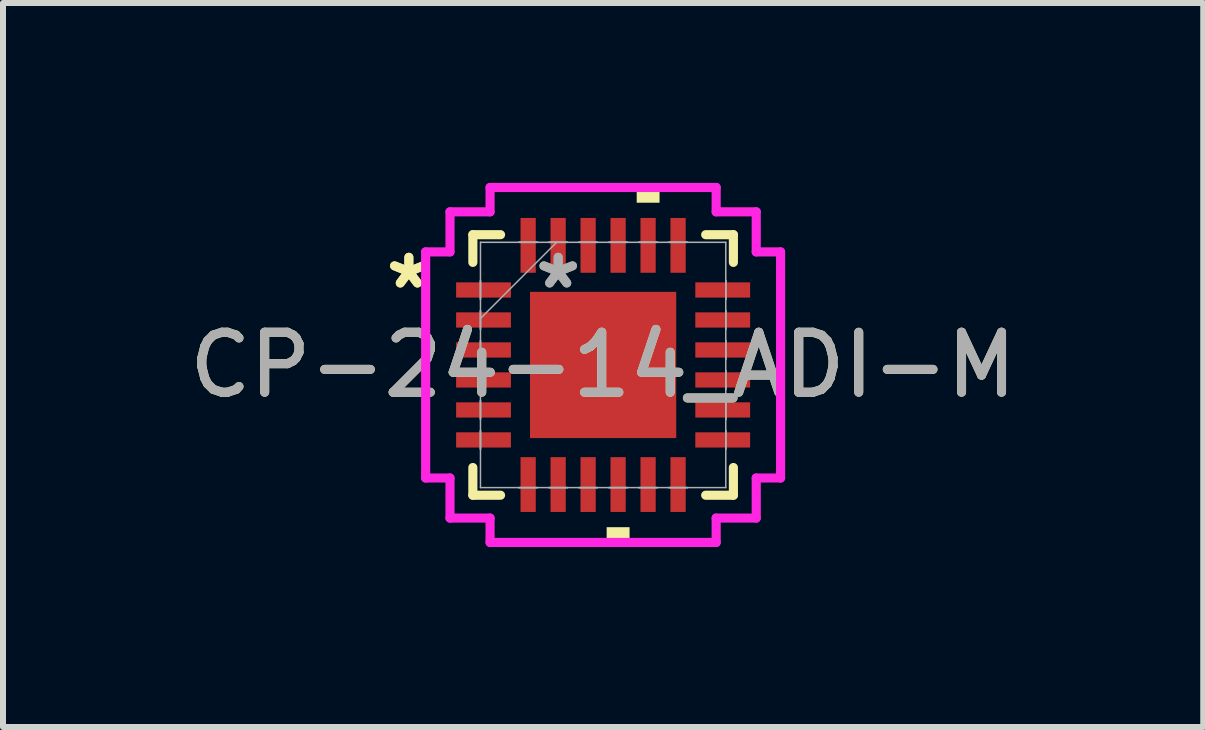
<source format=kicad_pcb>
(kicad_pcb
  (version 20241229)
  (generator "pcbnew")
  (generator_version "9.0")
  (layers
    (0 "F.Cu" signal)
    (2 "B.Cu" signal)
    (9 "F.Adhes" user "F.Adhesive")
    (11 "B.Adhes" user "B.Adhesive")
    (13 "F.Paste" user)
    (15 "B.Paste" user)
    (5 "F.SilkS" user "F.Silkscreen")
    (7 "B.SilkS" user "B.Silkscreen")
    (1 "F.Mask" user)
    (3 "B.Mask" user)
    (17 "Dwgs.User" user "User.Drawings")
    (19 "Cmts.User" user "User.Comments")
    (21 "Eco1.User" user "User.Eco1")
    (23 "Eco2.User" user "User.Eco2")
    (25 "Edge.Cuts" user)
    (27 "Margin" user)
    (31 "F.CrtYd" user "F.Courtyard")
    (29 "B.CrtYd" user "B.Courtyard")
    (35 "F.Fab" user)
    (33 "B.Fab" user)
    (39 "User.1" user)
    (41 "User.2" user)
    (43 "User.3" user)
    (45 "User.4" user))
  (footprint "CP-24-14_ADI-M"
    (layer "F.Cu")
    (at 7.006 3.035)
    (property "Reference" "CP-24-14_ADI-M" (at 0 0 0) (unlocked yes) (layer "F.SilkS") (effects (font (size 1 1) (thickness 0.15))))
    (attr smd)
    (fp_line (start -2.172 -2.172) (end -2.172 -1.71) (stroke (width 0.152) (type solid)) (layer "F.SilkS"))
    (fp_line (start -2.172 1.71) (end -2.172 2.172) (stroke (width 0.152) (type solid)) (layer "F.SilkS"))
    (fp_line (start -2.172 2.172) (end -1.71 2.172) (stroke (width 0.152) (type solid)) (layer "F.SilkS"))
    (fp_line (start -1.71 -2.172) (end -2.172 -2.172) (stroke (width 0.152) (type solid)) (layer "F.SilkS"))
    (fp_line (start 1.71 2.172) (end 2.172 2.172) (stroke (width 0.152) (type solid)) (layer "F.SilkS"))
    (fp_line (start 2.172 -2.172) (end 1.71 -2.172) (stroke (width 0.152) (type solid)) (layer "F.SilkS"))
    (fp_line (start 2.172 -1.71) (end 2.172 -2.172) (stroke (width 0.152) (type solid)) (layer "F.SilkS"))
    (fp_line (start 2.172 2.172) (end 2.172 1.71) (stroke (width 0.152) (type solid)) (layer "F.SilkS"))
    (fp_poly (pts (xy 0.059 2.705) (xy 0.059 2.959) (xy 0.441 2.959) (xy 0.441 2.705)) (stroke (width 0) (type solid)) (fill yes) (layer "F.SilkS"))
    (fp_poly (pts (xy 0.56 -2.705) (xy 0.56 -2.959) (xy 0.941 -2.959) (xy 0.941 -2.705)) (stroke (width 0) (type solid)) (fill yes) (layer "F.SilkS"))
    (fp_line (start -2.959 -1.885) (end -2.553 -1.885) (stroke (width 0.152) (type solid)) (layer "F.CrtYd"))
    (fp_line (start -2.959 1.885) (end -2.959 -1.885) (stroke (width 0.152) (type solid)) (layer "F.CrtYd"))
    (fp_line (start -2.553 -2.553) (end -1.885 -2.553) (stroke (width 0.152) (type solid)) (layer "F.CrtYd"))
    (fp_line (start -2.553 -1.885) (end -2.553 -2.553) (stroke (width 0.152) (type solid)) (layer "F.CrtYd"))
    (fp_line (start -2.553 1.885) (end -2.959 1.885) (stroke (width 0.152) (type solid)) (layer "F.CrtYd"))
    (fp_line (start -2.553 2.553) (end -2.553 1.885) (stroke (width 0.152) (type solid)) (layer "F.CrtYd"))
    (fp_line (start -1.885 -2.959) (end 1.885 -2.959) (stroke (width 0.152) (type solid)) (layer "F.CrtYd"))
    (fp_line (start -1.885 -2.553) (end -1.885 -2.959) (stroke (width 0.152) (type solid)) (layer "F.CrtYd"))
    (fp_line (start -1.885 2.553) (end -2.553 2.553) (stroke (width 0.152) (type solid)) (layer "F.CrtYd"))
    (fp_line (start -1.885 2.959) (end -1.885 2.553) (stroke (width 0.152) (type solid)) (layer "F.CrtYd"))
    (fp_line (start 1.885 -2.959) (end 1.885 -2.553) (stroke (width 0.152) (type solid)) (layer "F.CrtYd"))
    (fp_line (start 1.885 -2.553) (end 2.553 -2.553) (stroke (width 0.152) (type solid)) (layer "F.CrtYd"))
    (fp_line (start 1.885 2.553) (end 1.885 2.959) (stroke (width 0.152) (type solid)) (layer "F.CrtYd"))
    (fp_line (start 1.885 2.959) (end -1.885 2.959) (stroke (width 0.152) (type solid)) (layer "F.CrtYd"))
    (fp_line (start 2.553 -2.553) (end 2.553 -1.885) (stroke (width 0.152) (type solid)) (layer "F.CrtYd"))
    (fp_line (start 2.553 -1.885) (end 2.959 -1.885) (stroke (width 0.152) (type solid)) (layer "F.CrtYd"))
    (fp_line (start 2.553 1.885) (end 2.553 2.553) (stroke (width 0.152) (type solid)) (layer "F.CrtYd"))
    (fp_line (start 2.553 2.553) (end 1.885 2.553) (stroke (width 0.152) (type solid)) (layer "F.CrtYd"))
    (fp_line (start 2.959 -1.885) (end 2.959 1.885) (stroke (width 0.152) (type solid)) (layer "F.CrtYd"))
    (fp_line (start 2.959 1.885) (end 2.553 1.885) (stroke (width 0.152) (type solid)) (layer "F.CrtYd"))
    (fp_line (start -2.045 -2.045) (end -2.045 2.045) (stroke (width 0.025) (type solid)) (layer "F.Fab"))
    (fp_line (start -2.045 -1.402) (end -2.045 -1.402) (stroke (width 0.025) (type solid)) (layer "F.Fab"))
    (fp_line (start -2.045 -1.402) (end -2.045 -1.098) (stroke (width 0.025) (type solid)) (layer "F.Fab"))
    (fp_line (start -2.045 -1.098) (end -2.045 -1.402) (stroke (width 0.025) (type solid)) (layer "F.Fab"))
    (fp_line (start -2.045 -1.098) (end -2.045 -1.098) (stroke (width 0.025) (type solid)) (layer "F.Fab"))
    (fp_line (start -2.045 -0.902) (end -2.045 -0.902) (stroke (width 0.025) (type solid)) (layer "F.Fab"))
    (fp_line (start -2.045 -0.902) (end -2.045 -0.598) (stroke (width 0.025) (type solid)) (layer "F.Fab"))
    (fp_line (start -2.045 -0.775) (end -0.775 -2.045) (stroke (width 0.025) (type solid)) (layer "F.Fab"))
    (fp_line (start -2.045 -0.598) (end -2.045 -0.902) (stroke (width 0.025) (type solid)) (layer "F.Fab"))
    (fp_line (start -2.045 -0.598) (end -2.045 -0.598) (stroke (width 0.025) (type solid)) (layer "F.Fab"))
    (fp_line (start -2.045 -0.402) (end -2.045 -0.402) (stroke (width 0.025) (type solid)) (layer "F.Fab"))
    (fp_line (start -2.045 -0.402) (end -2.045 -0.098) (stroke (width 0.025) (type solid)) (layer "F.Fab"))
    (fp_line (start -2.045 -0.098) (end -2.045 -0.402) (stroke (width 0.025) (type solid)) (layer "F.Fab"))
    (fp_line (start -2.045 -0.098) (end -2.045 -0.098) (stroke (width 0.025) (type solid)) (layer "F.Fab"))
    (fp_line (start -2.045 0.098) (end -2.045 0.098) (stroke (width 0.025) (type solid)) (layer "F.Fab"))
    (fp_line (start -2.045 0.098) (end -2.045 0.402) (stroke (width 0.025) (type solid)) (layer "F.Fab"))
    (fp_line (start -2.045 0.402) (end -2.045 0.098) (stroke (width 0.025) (type solid)) (layer "F.Fab"))
    (fp_line (start -2.045 0.402) (end -2.045 0.402) (stroke (width 0.025) (type solid)) (layer "F.Fab"))
    (fp_line (start -2.045 0.598) (end -2.045 0.598) (stroke (width 0.025) (type solid)) (layer "F.Fab"))
    (fp_line (start -2.045 0.598) (end -2.045 0.902) (stroke (width 0.025) (type solid)) (layer "F.Fab"))
    (fp_line (start -2.045 0.902) (end -2.045 0.598) (stroke (width 0.025) (type solid)) (layer "F.Fab"))
    (fp_line (start -2.045 0.902) (end -2.045 0.902) (stroke (width 0.025) (type solid)) (layer "F.Fab"))
    (fp_line (start -2.045 1.098) (end -2.045 1.098) (stroke (width 0.025) (type solid)) (layer "F.Fab"))
    (fp_line (start -2.045 1.098) (end -2.045 1.402) (stroke (width 0.025) (type solid)) (layer "F.Fab"))
    (fp_line (start -2.045 1.402) (end -2.045 1.098) (stroke (width 0.025) (type solid)) (layer "F.Fab"))
    (fp_line (start -2.045 1.402) (end -2.045 1.402) (stroke (width 0.025) (type solid)) (layer "F.Fab"))
    (fp_line (start -2.045 2.045) (end 2.045 2.045) (stroke (width 0.025) (type solid)) (layer "F.Fab"))
    (fp_line (start -1.402 -2.045) (end -1.402 -2.045) (stroke (width 0.025) (type solid)) (layer "F.Fab"))
    (fp_line (start -1.402 -2.045) (end -1.098 -2.045) (stroke (width 0.025) (type solid)) (layer "F.Fab"))
    (fp_line (start -1.402 2.045) (end -1.402 2.045) (stroke (width 0.025) (type solid)) (layer "F.Fab"))
    (fp_line (start -1.402 2.045) (end -1.098 2.045) (stroke (width 0.025) (type solid)) (layer "F.Fab"))
    (fp_line (start -1.098 -2.045) (end -1.402 -2.045) (stroke (width 0.025) (type solid)) (layer "F.Fab"))
    (fp_line (start -1.098 -2.045) (end -1.098 -2.045) (stroke (width 0.025) (type solid)) (layer "F.Fab"))
    (fp_line (start -1.098 2.045) (end -1.402 2.045) (stroke (width 0.025) (type solid)) (layer "F.Fab"))
    (fp_line (start -1.098 2.045) (end -1.098 2.045) (stroke (width 0.025) (type solid)) (layer "F.Fab"))
    (fp_line (start -0.902 -2.045) (end -0.902 -2.045) (stroke (width 0.025) (type solid)) (layer "F.Fab"))
    (fp_line (start -0.902 -2.045) (end -0.598 -2.045) (stroke (width 0.025) (type solid)) (layer "F.Fab"))
    (fp_line (start -0.902 2.045) (end -0.902 2.045) (stroke (width 0.025) (type solid)) (layer "F.Fab"))
    (fp_line (start -0.902 2.045) (end -0.598 2.045) (stroke (width 0.025) (type solid)) (layer "F.Fab"))
    (fp_line (start -0.598 -2.045) (end -0.902 -2.045) (stroke (width 0.025) (type solid)) (layer "F.Fab"))
    (fp_line (start -0.598 -2.045) (end -0.598 -2.045) (stroke (width 0.025) (type solid)) (layer "F.Fab"))
    (fp_line (start -0.598 2.045) (end -0.902 2.045) (stroke (width 0.025) (type solid)) (layer "F.Fab"))
    (fp_line (start -0.598 2.045) (end -0.598 2.045) (stroke (width 0.025) (type solid)) (layer "F.Fab"))
    (fp_line (start -0.402 -2.045) (end -0.402 -2.045) (stroke (width 0.025) (type solid)) (layer "F.Fab"))
    (fp_line (start -0.402 -2.045) (end -0.098 -2.045) (stroke (width 0.025) (type solid)) (layer "F.Fab"))
    (fp_line (start -0.402 2.045) (end -0.402 2.045) (stroke (width 0.025) (type solid)) (layer "F.Fab"))
    (fp_line (start -0.402 2.045) (end -0.098 2.045) (stroke (width 0.025) (type solid)) (layer "F.Fab"))
    (fp_line (start -0.098 -2.045) (end -0.402 -2.045) (stroke (width 0.025) (type solid)) (layer "F.Fab"))
    (fp_line (start -0.098 -2.045) (end -0.098 -2.045) (stroke (width 0.025) (type solid)) (layer "F.Fab"))
    (fp_line (start -0.098 2.045) (end -0.402 2.045) (stroke (width 0.025) (type solid)) (layer "F.Fab"))
    (fp_line (start -0.098 2.045) (end -0.098 2.045) (stroke (width 0.025) (type solid)) (layer "F.Fab"))
    (fp_line (start 0.098 -2.045) (end 0.098 -2.045) (stroke (width 0.025) (type solid)) (layer "F.Fab"))
    (fp_line (start 0.098 -2.045) (end 0.402 -2.045) (stroke (width 0.025) (type solid)) (layer "F.Fab"))
    (fp_line (start 0.098 2.045) (end 0.098 2.045) (stroke (width 0.025) (type solid)) (layer "F.Fab"))
    (fp_line (start 0.098 2.045) (end 0.402 2.045) (stroke (width 0.025) (type solid)) (layer "F.Fab"))
    (fp_line (start 0.402 -2.045) (end 0.098 -2.045) (stroke (width 0.025) (type solid)) (layer "F.Fab"))
    (fp_line (start 0.402 -2.045) (end 0.402 -2.045) (stroke (width 0.025) (type solid)) (layer "F.Fab"))
    (fp_line (start 0.402 2.045) (end 0.098 2.045) (stroke (width 0.025) (type solid)) (layer "F.Fab"))
    (fp_line (start 0.402 2.045) (end 0.402 2.045) (stroke (width 0.025) (type solid)) (layer "F.Fab"))
    (fp_line (start 0.598 -2.045) (end 0.598 -2.045) (stroke (width 0.025) (type solid)) (layer "F.Fab"))
    (fp_line (start 0.598 -2.045) (end 0.902 -2.045) (stroke (width 0.025) (type solid)) (layer "F.Fab"))
    (fp_line (start 0.598 2.045) (end 0.598 2.045) (stroke (width 0.025) (type solid)) (layer "F.Fab"))
    (fp_line (start 0.598 2.045) (end 0.902 2.045) (stroke (width 0.025) (type solid)) (layer "F.Fab"))
    (fp_line (start 0.902 -2.045) (end 0.598 -2.045) (stroke (width 0.025) (type solid)) (layer "F.Fab"))
    (fp_line (start 0.902 -2.045) (end 0.902 -2.045) (stroke (width 0.025) (type solid)) (layer "F.Fab"))
    (fp_line (start 0.902 2.045) (end 0.598 2.045) (stroke (width 0.025) (type solid)) (layer "F.Fab"))
    (fp_line (start 0.902 2.045) (end 0.902 2.045) (stroke (width 0.025) (type solid)) (layer "F.Fab"))
    (fp_line (start 1.098 -2.045) (end 1.098 -2.045) (stroke (width 0.025) (type solid)) (layer "F.Fab"))
    (fp_line (start 1.098 -2.045) (end 1.402 -2.045) (stroke (width 0.025) (type solid)) (layer "F.Fab"))
    (fp_line (start 1.098 2.045) (end 1.098 2.045) (stroke (width 0.025) (type solid)) (layer "F.Fab"))
    (fp_line (start 1.098 2.045) (end 1.402 2.045) (stroke (width 0.025) (type solid)) (layer "F.Fab"))
    (fp_line (start 1.402 -2.045) (end 1.098 -2.045) (stroke (width 0.025) (type solid)) (layer "F.Fab"))
    (fp_line (start 1.402 -2.045) (end 1.402 -2.045) (stroke (width 0.025) (type solid)) (layer "F.Fab"))
    (fp_line (start 1.402 2.045) (end 1.098 2.045) (stroke (width 0.025) (type solid)) (layer "F.Fab"))
    (fp_line (start 1.402 2.045) (end 1.402 2.045) (stroke (width 0.025) (type solid)) (layer "F.Fab"))
    (fp_line (start 2.045 -2.045) (end -2.045 -2.045) (stroke (width 0.025) (type solid)) (layer "F.Fab"))
    (fp_line (start 2.045 -1.402) (end 2.045 -1.402) (stroke (width 0.025) (type solid)) (layer "F.Fab"))
    (fp_line (start 2.045 -1.402) (end 2.045 -1.098) (stroke (width 0.025) (type solid)) (layer "F.Fab"))
    (fp_line (start 2.045 -1.098) (end 2.045 -1.402) (stroke (width 0.025) (type solid)) (layer "F.Fab"))
    (fp_line (start 2.045 -1.098) (end 2.045 -1.098) (stroke (width 0.025) (type solid)) (layer "F.Fab"))
    (fp_line (start 2.045 -0.902) (end 2.045 -0.902) (stroke (width 0.025) (type solid)) (layer "F.Fab"))
    (fp_line (start 2.045 -0.902) (end 2.045 -0.598) (stroke (width 0.025) (type solid)) (layer "F.Fab"))
    (fp_line (start 2.045 -0.598) (end 2.045 -0.902) (stroke (width 0.025) (type solid)) (layer "F.Fab"))
    (fp_line (start 2.045 -0.598) (end 2.045 -0.598) (stroke (width 0.025) (type solid)) (layer "F.Fab"))
    (fp_line (start 2.045 -0.402) (end 2.045 -0.402) (stroke (width 0.025) (type solid)) (layer "F.Fab"))
    (fp_line (start 2.045 -0.402) (end 2.045 -0.098) (stroke (width 0.025) (type solid)) (layer "F.Fab"))
    (fp_line (start 2.045 -0.098) (end 2.045 -0.402) (stroke (width 0.025) (type solid)) (layer "F.Fab"))
    (fp_line (start 2.045 -0.098) (end 2.045 -0.098) (stroke (width 0.025) (type solid)) (layer "F.Fab"))
    (fp_line (start 2.045 0.098) (end 2.045 0.098) (stroke (width 0.025) (type solid)) (layer "F.Fab"))
    (fp_line (start 2.045 0.098) (end 2.045 0.402) (stroke (width 0.025) (type solid)) (layer "F.Fab"))
    (fp_line (start 2.045 0.402) (end 2.045 0.098) (stroke (width 0.025) (type solid)) (layer "F.Fab"))
    (fp_line (start 2.045 0.402) (end 2.045 0.402) (stroke (width 0.025) (type solid)) (layer "F.Fab"))
    (fp_line (start 2.045 0.598) (end 2.045 0.598) (stroke (width 0.025) (type solid)) (layer "F.Fab"))
    (fp_line (start 2.045 0.598) (end 2.045 0.902) (stroke (width 0.025) (type solid)) (layer "F.Fab"))
    (fp_line (start 2.045 0.902) (end 2.045 0.598) (stroke (width 0.025) (type solid)) (layer "F.Fab"))
    (fp_line (start 2.045 0.902) (end 2.045 0.902) (stroke (width 0.025) (type solid)) (layer "F.Fab"))
    (fp_line (start 2.045 1.098) (end 2.045 1.098) (stroke (width 0.025) (type solid)) (layer "F.Fab"))
    (fp_line (start 2.045 1.098) (end 2.045 1.402) (stroke (width 0.025) (type solid)) (layer "F.Fab"))
    (fp_line (start 2.045 1.402) (end 2.045 1.098) (stroke (width 0.025) (type solid)) (layer "F.Fab"))
    (fp_line (start 2.045 1.402) (end 2.045 1.402) (stroke (width 0.025) (type solid)) (layer "F.Fab"))
    (fp_line (start 2.045 2.045) (end 2.045 -2.045) (stroke (width 0.025) (type solid)) (layer "F.Fab"))
    (fp_text user "*" (at -3.239 -1.25 0) (unlocked yes) (layer "F.SilkS") (effects (font (size 1 1) (thickness 0.15))))
    (fp_text user "*" (at -3.239 -1.25 0) (layer "F.SilkS") (effects (font (size 1 1) (thickness 0.15))))
    (fp_text user "${REFERENCE}" (at 0 0 0) (unlocked yes) (layer "F.Fab") (effects (font (size 1 1) (thickness 0.15))))
    (fp_text user "*" (at -0.749 -1.25 0) (layer "F.Fab") (effects (font (size 1 1) (thickness 0.15))))
    (fp_text user "*" (at -0.749 -1.25 0) (unlocked yes) (layer "F.Fab") (effects (font (size 1 1) (thickness 0.15))))
    (pad "1" smd rect (at -1.994 -1.25 90) (size 0.254 0.914) (layers "F.Cu" "F.Mask" "F.Paste"))
    (pad "2" smd rect (at -1.994 -0.75 90) (size 0.254 0.914) (layers "F.Cu" "F.Mask" "F.Paste"))
    (pad "3" smd rect (at -1.994 -0.25 90) (size 0.254 0.914) (layers "F.Cu" "F.Mask" "F.Paste"))
    (pad "4" smd rect (at -1.994 0.25 90) (size 0.254 0.914) (layers "F.Cu" "F.Mask" "F.Paste"))
    (pad "5" smd rect (at -1.994 0.75 90) (size 0.254 0.914) (layers "F.Cu" "F.Mask" "F.Paste"))
    (pad "6" smd rect (at -1.994 1.25 90) (size 0.254 0.914) (layers "F.Cu" "F.Mask" "F.Paste"))
    (pad "7" smd rect (at -1.25 1.994) (size 0.254 0.914) (layers "F.Cu" "F.Mask" "F.Paste"))
    (pad "8" smd rect (at -0.75 1.994) (size 0.254 0.914) (layers "F.Cu" "F.Mask" "F.Paste"))
    (pad "9" smd rect (at -0.25 1.994) (size 0.254 0.914) (layers "F.Cu" "F.Mask" "F.Paste"))
    (pad "10" smd rect (at 0.25 1.994) (size 0.254 0.914) (layers "F.Cu" "F.Mask" "F.Paste"))
    (pad "11" smd rect (at 0.75 1.994) (size 0.254 0.914) (layers "F.Cu" "F.Mask" "F.Paste"))
    (pad "12" smd rect (at 1.25 1.994) (size 0.254 0.914) (layers "F.Cu" "F.Mask" "F.Paste"))
    (pad "13" smd rect (at 1.994 1.25 90) (size 0.254 0.914) (layers "F.Cu" "F.Mask" "F.Paste"))
    (pad "14" smd rect (at 1.994 0.75 90) (size 0.254 0.914) (layers "F.Cu" "F.Mask" "F.Paste"))
    (pad "15" smd rect (at 1.994 0.25 90) (size 0.254 0.914) (layers "F.Cu" "F.Mask" "F.Paste"))
    (pad "16" smd rect (at 1.994 -0.25 90) (size 0.254 0.914) (layers "F.Cu" "F.Mask" "F.Paste"))
    (pad "17" smd rect (at 1.994 -0.75 90) (size 0.254 0.914) (layers "F.Cu" "F.Mask" "F.Paste"))
    (pad "18" smd rect (at 1.994 -1.25 90) (size 0.254 0.914) (layers "F.Cu" "F.Mask" "F.Paste"))
    (pad "19" smd rect (at 1.25 -1.994) (size 0.254 0.914) (layers "F.Cu" "F.Mask" "F.Paste"))
    (pad "20" smd rect (at 0.75 -1.994) (size 0.254 0.914) (layers "F.Cu" "F.Mask" "F.Paste"))
    (pad "21" smd rect (at 0.25 -1.994) (size 0.254 0.914) (layers "F.Cu" "F.Mask" "F.Paste"))
    (pad "22" smd rect (at -0.25 -1.994) (size 0.254 0.914) (layers "F.Cu" "F.Mask" "F.Paste"))
    (pad "23" smd rect (at -0.75 -1.994) (size 0.254 0.914) (layers "F.Cu" "F.Mask" "F.Paste"))
    (pad "24" smd rect (at -1.25 -1.994) (size 0.254 0.914) (layers "F.Cu" "F.Mask" "F.Paste"))
    (pad "25" smd rect (at 0 0) (size 2.438 2.438) (layers "F.Cu" "F.Mask" "F.Paste")))
  (gr_rect
    (start -3 -3)
    (end 17.012 9.071)
    (stroke (width 0.1) (type default))
    (fill no)
    (layer "Edge.Cuts")))
</source>
